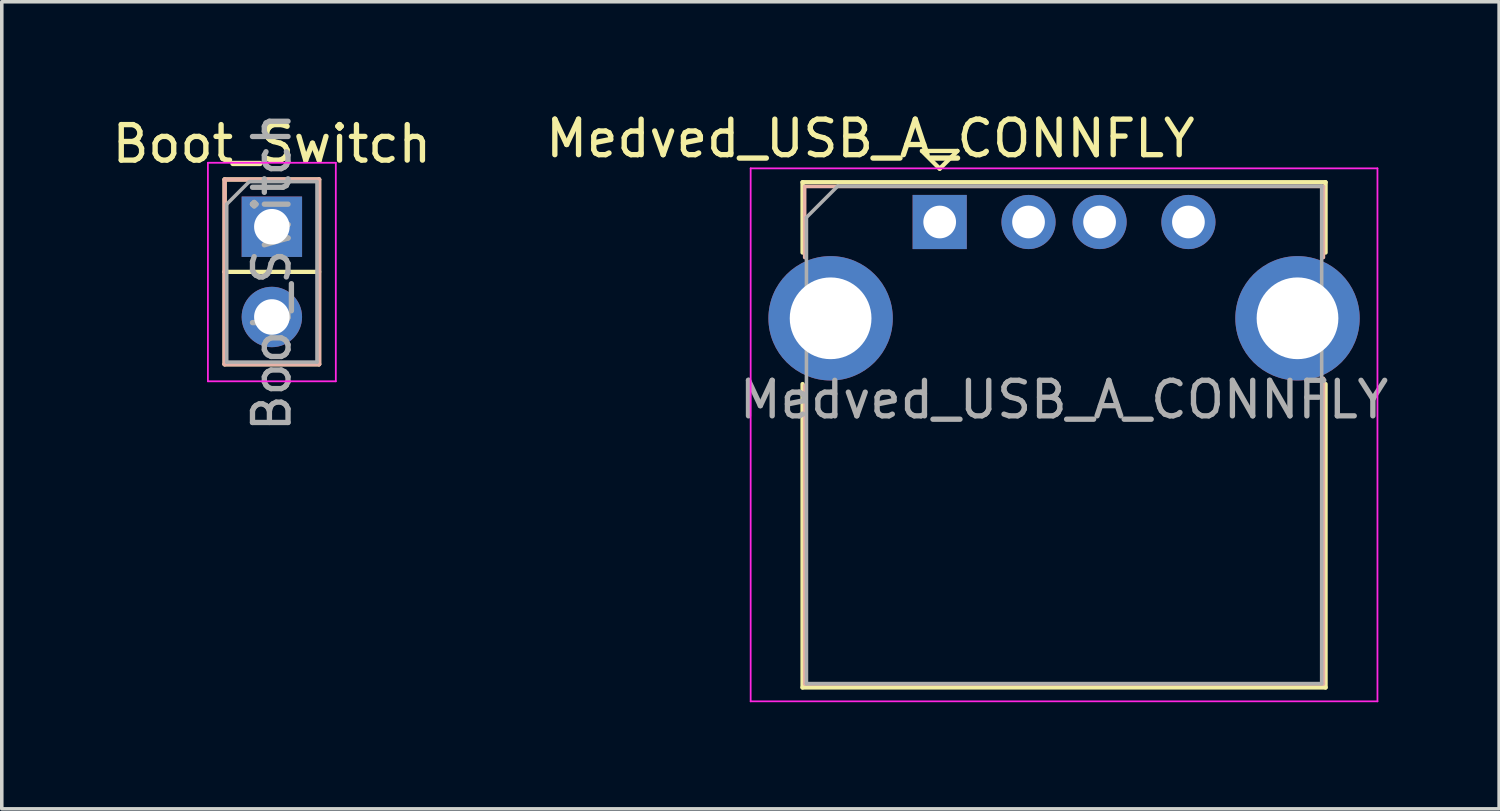
<source format=kicad_pcb>
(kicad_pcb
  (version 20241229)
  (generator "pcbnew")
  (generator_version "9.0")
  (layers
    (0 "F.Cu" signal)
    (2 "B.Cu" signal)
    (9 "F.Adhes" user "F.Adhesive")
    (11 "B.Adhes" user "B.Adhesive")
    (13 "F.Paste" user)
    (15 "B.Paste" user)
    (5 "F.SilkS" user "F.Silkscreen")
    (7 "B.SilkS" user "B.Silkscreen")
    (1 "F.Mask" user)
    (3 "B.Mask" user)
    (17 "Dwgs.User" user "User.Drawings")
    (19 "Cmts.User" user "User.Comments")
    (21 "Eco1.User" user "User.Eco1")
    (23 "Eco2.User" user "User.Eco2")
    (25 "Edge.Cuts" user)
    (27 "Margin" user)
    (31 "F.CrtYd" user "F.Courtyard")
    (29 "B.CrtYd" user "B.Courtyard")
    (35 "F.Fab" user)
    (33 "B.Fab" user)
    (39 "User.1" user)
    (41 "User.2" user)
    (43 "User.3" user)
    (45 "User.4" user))
  (footprint "Boot_Switch"
    (layer "F.Cu")
    (at 4.601 3.331)
    (property "Reference" "Boot_Switch" (at 0 -2.33 0) (layer "F.SilkS") (effects (font (size 1 1) (thickness 0.15))))
    (attr through_hole)
    (fp_line (start -1.33 -1.33) (end 1.33 -1.33) (stroke (width 0.12) (type solid)) (layer "F.SilkS"))
    (fp_line (start -1.33 1.27) (end -1.33 -1.33) (stroke (width 0.12) (type solid)) (layer "F.SilkS"))
    (fp_line (start -1.33 1.27) (end -1.33 3.87) (stroke (width 0.12) (type solid)) (layer "F.SilkS"))
    (fp_line (start -1.33 1.27) (end 1.33 1.27) (stroke (width 0.12) (type solid)) (layer "F.SilkS"))
    (fp_line (start -1.33 3.87) (end 1.33 3.87) (stroke (width 0.12) (type solid)) (layer "F.SilkS"))
    (fp_line (start 1.33 -1.33) (end 1.33 3.87) (stroke (width 0.12) (type solid)) (layer "F.SilkS"))
    (fp_line (start -1.33 -1.33) (end 1.33 -1.33) (stroke (width 0.12) (type solid)) (layer "B.SilkS"))
    (fp_line (start -1.33 1.27) (end -1.33 -1.33) (stroke (width 0.12) (type solid)) (layer "B.SilkS"))
    (fp_line (start -1.33 1.27) (end -1.33 3.87) (stroke (width 0.12) (type solid)) (layer "B.SilkS"))
    (fp_line (start -1.33 3.87) (end 1.33 3.87) (stroke (width 0.12) (type solid)) (layer "B.SilkS"))
    (fp_line (start 1.33 -1.33) (end 1.33 3.87) (stroke (width 0.12) (type solid)) (layer "B.SilkS"))
    (fp_line (start -1.8 -1.8) (end -1.8 4.35) (stroke (width 0.05) (type solid)) (layer "F.CrtYd"))
    (fp_line (start -1.8 4.35) (end 1.8 4.35) (stroke (width 0.05) (type solid)) (layer "F.CrtYd"))
    (fp_line (start 1.8 -1.8) (end -1.8 -1.8) (stroke (width 0.05) (type solid)) (layer "F.CrtYd"))
    (fp_line (start 1.8 4.35) (end 1.8 -1.8) (stroke (width 0.05) (type solid)) (layer "F.CrtYd"))
    (fp_line (start -1.27 -0.635) (end -0.635 -1.27) (stroke (width 0.1) (type solid)) (layer "F.Fab"))
    (fp_line (start -1.27 3.81) (end -1.27 -0.635) (stroke (width 0.1) (type solid)) (layer "F.Fab"))
    (fp_line (start -0.635 -1.27) (end 1.27 -1.27) (stroke (width 0.1) (type solid)) (layer "F.Fab"))
    (fp_line (start 1.27 -1.27) (end 1.27 3.81) (stroke (width 0.1) (type solid)) (layer "F.Fab"))
    (fp_line (start 1.27 3.81) (end -1.27 3.81) (stroke (width 0.1) (type solid)) (layer "F.Fab"))
    (fp_text user "${REFERENCE}" (at 0 1.27 90) (layer "F.Fab") (effects (font (size 1 1) (thickness 0.15))))
    (pad "1" thru_hole rect (at 0 0) (size 1.7 1.7) (drill 1) (layers "*.Cu" "*.Mask"))
    (pad "2" thru_hole oval (at 0 2.54) (size 1.7 1.7) (drill 1) (layers "*.Cu" "*.Mask")))
  (footprint "Medved_USB_A_CONNFLY"
    (layer "F.Cu")
    (at 23.396 3.198)
    (property "Reference" "Medved_USB_A_CONNFLY" (at -1.95 -2.35 0) (layer "F.SilkS") (effects (font (size 1 1) (thickness 0.15))))
    (attr through_hole)
    (fp_line (start -3.86 -1.12) (end -3.86 0.86) (stroke (width 0.12) (type solid)) (layer "F.SilkS"))
    (fp_line (start -3.86 -1.12) (end 10.86 -1.12) (stroke (width 0.12) (type solid)) (layer "F.SilkS"))
    (fp_line (start -3.86 4.56) (end -3.86 13.1) (stroke (width 0.12) (type solid)) (layer "F.SilkS"))
    (fp_line (start -3.86 13.1) (end 10.86 13.1) (stroke (width 0.12) (type solid)) (layer "F.SilkS"))
    (fp_line (start -0.5 -2) (end 0 -1.5) (stroke (width 0.12) (type solid)) (layer "F.SilkS"))
    (fp_line (start 0 -1.5) (end 0.5 -2) (stroke (width 0.12) (type solid)) (layer "F.SilkS"))
    (fp_line (start 0.5 -2) (end -0.5 -2) (stroke (width 0.12) (type solid)) (layer "F.SilkS"))
    (fp_line (start 10.86 0.86) (end 10.86 -1.12) (stroke (width 0.12) (type solid)) (layer "F.SilkS"))
    (fp_line (start 10.86 4.56) (end 10.86 13.1) (stroke (width 0.12) (type solid)) (layer "F.SilkS"))
    (fp_line (start -3.8 -1) (end 10.8 -1) (stroke (width 0.1) (type default)) (layer "B.SilkS"))
    (fp_line (start -3.8 1) (end -3.8 -1) (stroke (width 0.1) (type default)) (layer "B.SilkS"))
    (fp_line (start -3.8 4.6) (end -3.8 13) (stroke (width 0.1) (type default)) (layer "B.SilkS"))
    (fp_line (start -3.8 13) (end 10.8 13) (stroke (width 0.1) (type default)) (layer "B.SilkS"))
    (fp_line (start 10.8 -1) (end 10.8 1) (stroke (width 0.1) (type default)) (layer "B.SilkS"))
    (fp_line (start 10.8 13) (end 10.8 4.4) (stroke (width 0.1) (type default)) (layer "B.SilkS"))
    (fp_line (start -5.32 -1.51) (end -5.32 13.49) (stroke (width 0.05) (type solid)) (layer "F.CrtYd"))
    (fp_line (start -5.32 -1.51) (end 12.32 -1.51) (stroke (width 0.05) (type solid)) (layer "F.CrtYd"))
    (fp_line (start 12.32 -1.51) (end 12.32 13.49) (stroke (width 0.05) (type solid)) (layer "F.CrtYd"))
    (fp_line (start 12.32 13.49) (end -5.32 13.49) (stroke (width 0.05) (type solid)) (layer "F.CrtYd"))
    (fp_line (start -3.75 -0.13) (end -3.75 12.99) (stroke (width 0.1) (type solid)) (layer "F.Fab"))
    (fp_line (start -3.75 12.99) (end 10.75 12.99) (stroke (width 0.1) (type solid)) (layer "F.Fab"))
    (fp_line (start -2.87 -1.01) (end -3.75 -0.13) (stroke (width 0.1) (type solid)) (layer "F.Fab"))
    (fp_line (start -2.87 -1.01) (end 10.75 -1.01) (stroke (width 0.1) (type solid)) (layer "F.Fab"))
    (fp_line (start 10.75 -1.01) (end 10.75 12.99) (stroke (width 0.1) (type solid)) (layer "F.Fab"))
    (fp_text user "${REFERENCE}" (at 3.5 5 0) (layer "F.Fab") (effects (font (size 1 1) (thickness 0.15))))
    (pad "1" thru_hole rect (at 0 0) (size 1.524 1.524) (drill 0.92) (layers "*.Cu" "*.Mask"))
    (pad "2" thru_hole circle (at 2.5 0) (size 1.524 1.524) (drill 0.92) (layers "*.Cu" "*.Mask"))
    (pad "3" thru_hole circle (at 4.5 0) (size 1.524 1.524) (drill 0.92) (layers "*.Cu" "*.Mask"))
    (pad "4" thru_hole circle (at 7 0) (size 1.524 1.524) (drill 0.92) (layers "*.Cu" "*.Mask"))
    (pad "5" thru_hole circle (at -3.07 2.71) (size 3.5 3.5) (drill 2.3) (layers "*.Cu" "*.Mask"))
    (pad "5" thru_hole circle (at 10.07 2.71) (size 3.5 3.5) (drill 2.3) (layers "*.Cu" "*.Mask")))
  (gr_rect
    (start -3 -3)
    (end 39.14 19.713)
    (stroke (width 0.1) (type default))
    (fill no)
    (layer "Edge.Cuts")))
</source>
